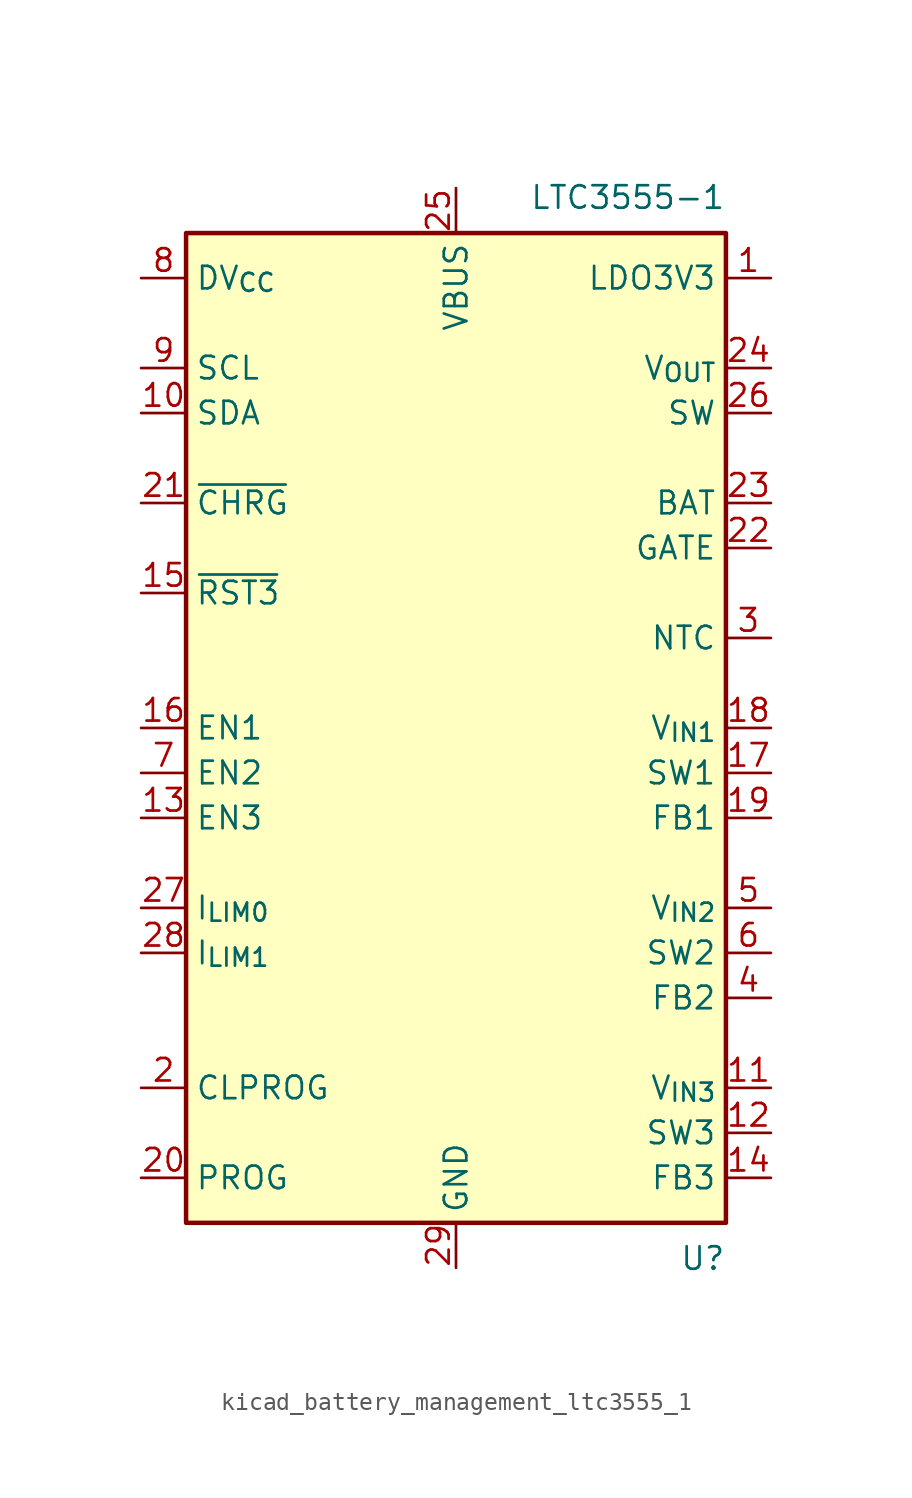
<source format=kicad_sym>
(kicad_symbol_lib
  (version 20220914)
  (generator kicad_symbol_editor)
  (symbol "kicad_battery_management_ltc3555_1"
    (property "Reference" "U"
      (at 15.24 -29.21 0)
      (effects (font (size 1.27 1.27)) (justify right top)))
    (property "Value" "LTC3555-1"
      (at 15.24 29.21 0)
      (effects (font (size 1.27 1.27)) (justify right bottom)))
    (symbol "kicad_battery_management_ltc3555_1_0_1"
      (rectangle (start -15.24 27.94) (end 15.24 -27.94) (stroke (width 0.254) (type default)) (fill (type background))))
    (symbol "kicad_battery_management_ltc3555_1_1_1"
      (pin power_out line (at 17.78 25.4 180) (length 2.54) (name "LDO3V3" (effects (font (size 1.27 1.27)))) (number "1" (effects (font (size 1.27 1.27)))))
      (pin bidirectional line (at -17.78 17.78 0) (length 2.54) (name "SDA" (effects (font (size 1.27 1.27)))) (number "10" (effects (font (size 1.27 1.27)))))
      (pin power_in line (at 17.78 -20.32 180) (length 2.54) (name "V_{IN3}" (effects (font (size 1.27 1.27)))) (number "11" (effects (font (size 1.27 1.27)))))
      (pin power_out line (at 17.78 -22.86 180) (length 2.54) (name "SW3" (effects (font (size 1.27 1.27)))) (number "12" (effects (font (size 1.27 1.27)))))
      (pin input line (at -17.78 -5.08 0) (length 2.54) (name "EN3" (effects (font (size 1.27 1.27)))) (number "13" (effects (font (size 1.27 1.27)))))
      (pin input line (at 17.78 -25.4 180) (length 2.54) (name "FB3" (effects (font (size 1.27 1.27)))) (number "14" (effects (font (size 1.27 1.27)))))
      (pin open_collector line (at -17.78 7.62 0) (length 2.54) (name "~{RST3}" (effects (font (size 1.27 1.27)))) (number "15" (effects (font (size 1.27 1.27)))))
      (pin input line (at -17.78 0 0) (length 2.54) (name "EN1" (effects (font (size 1.27 1.27)))) (number "16" (effects (font (size 1.27 1.27)))))
      (pin power_out line (at 17.78 -2.54 180) (length 2.54) (name "SW1" (effects (font (size 1.27 1.27)))) (number "17" (effects (font (size 1.27 1.27)))))
      (pin power_in line (at 17.78 0 180) (length 2.54) (name "V_{IN1}" (effects (font (size 1.27 1.27)))) (number "18" (effects (font (size 1.27 1.27)))))
      (pin input line (at 17.78 -5.08 180) (length 2.54) (name "FB1" (effects (font (size 1.27 1.27)))) (number "19" (effects (font (size 1.27 1.27)))))
      (pin passive line (at -17.78 -20.32 0) (length 2.54) (name "CLPROG" (effects (font (size 1.27 1.27)))) (number "2" (effects (font (size 1.27 1.27)))))
      (pin passive line (at -17.78 -25.4 0) (length 2.54) (name "PROG" (effects (font (size 1.27 1.27)))) (number "20" (effects (font (size 1.27 1.27)))))
      (pin open_collector line (at -17.78 12.7 0) (length 2.54) (name "~{CHRG}" (effects (font (size 1.27 1.27)))) (number "21" (effects (font (size 1.27 1.27)))))
      (pin output line (at 17.78 10.16 180) (length 2.54) (name "GATE" (effects (font (size 1.27 1.27)))) (number "22" (effects (font (size 1.27 1.27)))))
      (pin power_out line (at 17.78 12.7 180) (length 2.54) (name "BAT" (effects (font (size 1.27 1.27)))) (number "23" (effects (font (size 1.27 1.27)))))
      (pin power_out line (at 17.78 20.32 180) (length 2.54) (name "V_{OUT}" (effects (font (size 1.27 1.27)))) (number "24" (effects (font (size 1.27 1.27)))))
      (pin power_in line (at 0 30.48 270) (length 2.54) (name "VBUS" (effects (font (size 1.27 1.27)))) (number "25" (effects (font (size 1.27 1.27)))))
      (pin power_out line (at 17.78 17.78 180) (length 2.54) (name "SW" (effects (font (size 1.27 1.27)))) (number "26" (effects (font (size 1.27 1.27)))))
      (pin input line (at -17.78 -10.16 0) (length 2.54) (name "I_{LIM0}" (effects (font (size 1.27 1.27)))) (number "27" (effects (font (size 1.27 1.27)))))
      (pin input line (at -17.78 -12.7 0) (length 2.54) (name "I_{LIM1}" (effects (font (size 1.27 1.27)))) (number "28" (effects (font (size 1.27 1.27)))))
      (pin power_in line (at 0 -30.48 90) (length 2.54) (name "GND" (effects (font (size 1.27 1.27)))) (number "29" (effects (font (size 1.27 1.27)))))
      (pin passive line (at 17.78 5.08 180) (length 2.54) (name "NTC" (effects (font (size 1.27 1.27)))) (number "3" (effects (font (size 1.27 1.27)))))
      (pin input line (at 17.78 -15.24 180) (length 2.54) (name "FB2" (effects (font (size 1.27 1.27)))) (number "4" (effects (font (size 1.27 1.27)))))
      (pin power_in line (at 17.78 -10.16 180) (length 2.54) (name "V_{IN2}" (effects (font (size 1.27 1.27)))) (number "5" (effects (font (size 1.27 1.27)))))
      (pin power_out line (at 17.78 -12.7 180) (length 2.54) (name "SW2" (effects (font (size 1.27 1.27)))) (number "6" (effects (font (size 1.27 1.27)))))
      (pin input line (at -17.78 -2.54 0) (length 2.54) (name "EN2" (effects (font (size 1.27 1.27)))) (number "7" (effects (font (size 1.27 1.27)))))
      (pin power_in line (at -17.78 25.4 0) (length 2.54) (name "DV_{CC}" (effects (font (size 1.27 1.27)))) (number "8" (effects (font (size 1.27 1.27)))))
      (pin input line (at -17.78 20.32 0) (length 2.54) (name "SCL" (effects (font (size 1.27 1.27)))) (number "9" (effects (font (size 1.27 1.27))))))))
</source>
